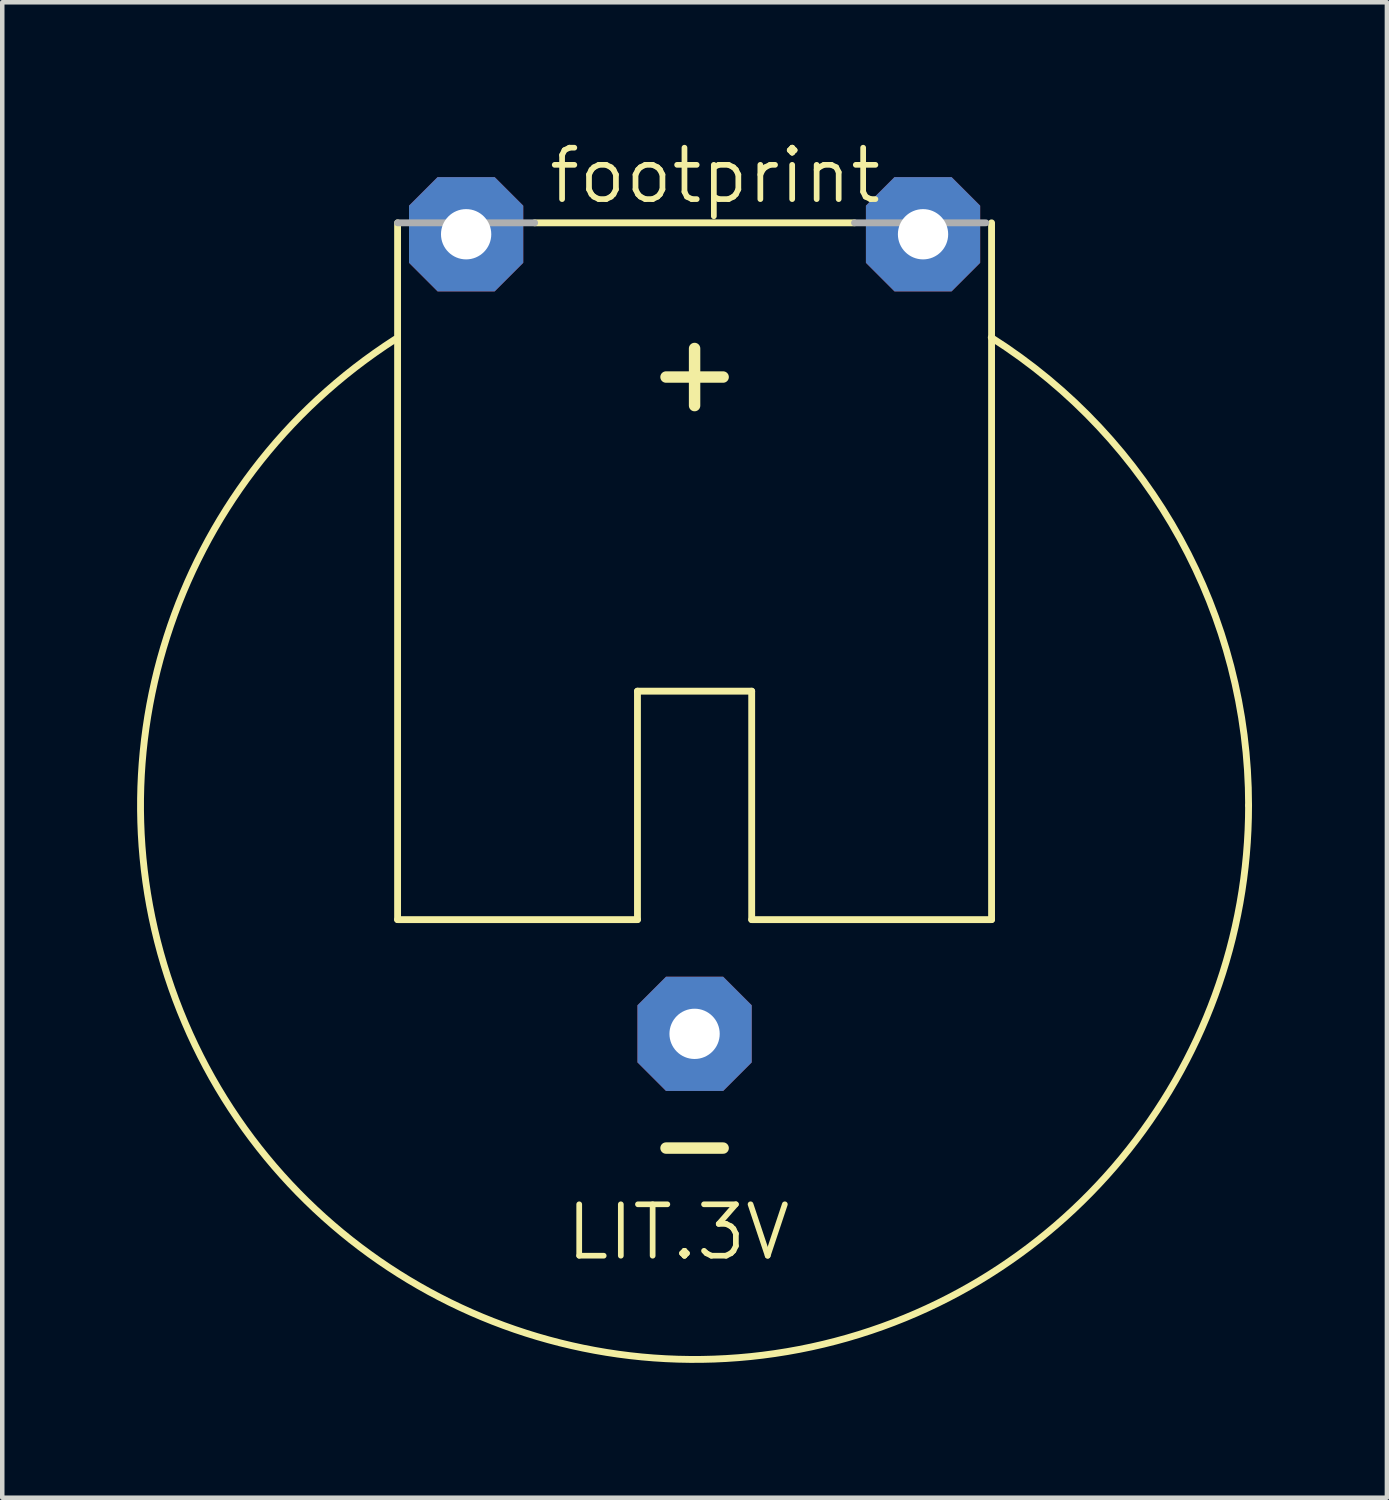
<source format=kicad_pcb>
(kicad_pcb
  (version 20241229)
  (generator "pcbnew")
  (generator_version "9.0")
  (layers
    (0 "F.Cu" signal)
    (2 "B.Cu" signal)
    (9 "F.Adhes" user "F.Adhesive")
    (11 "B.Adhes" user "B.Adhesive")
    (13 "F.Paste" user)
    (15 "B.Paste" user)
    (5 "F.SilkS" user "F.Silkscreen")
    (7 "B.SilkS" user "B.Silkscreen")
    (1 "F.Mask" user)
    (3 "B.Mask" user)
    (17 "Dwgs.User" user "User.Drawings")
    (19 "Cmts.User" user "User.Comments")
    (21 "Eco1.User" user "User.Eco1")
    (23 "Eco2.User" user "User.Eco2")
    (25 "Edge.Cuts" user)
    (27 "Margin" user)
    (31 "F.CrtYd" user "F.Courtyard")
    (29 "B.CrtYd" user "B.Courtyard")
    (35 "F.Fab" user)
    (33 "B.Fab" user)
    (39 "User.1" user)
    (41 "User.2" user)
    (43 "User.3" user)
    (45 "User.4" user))
  (footprint "footprint"
    (layer "F.Cu")
    (at 12.395 14.859)
    (property "Reference" "footprint" (at -3.302 -13.335 0) (layer "F.SilkS") (effects (font (size 1.143 1.143) (thickness 0.127)) (justify left bottom)))
    (fp_line (start -6.604 -12.954) (end -6.604 2.54) (stroke (width 0.152) (type solid)) (layer "F.SilkS"))
    (fp_line (start -6.604 2.54) (end -1.27 2.54) (stroke (width 0.152) (type solid)) (layer "F.SilkS"))
    (fp_line (start -1.27 -2.54) (end -1.27 2.54) (stroke (width 0.152) (type solid)) (layer "F.SilkS"))
    (fp_line (start -1.27 -2.54) (end 1.27 -2.54) (stroke (width 0.152) (type solid)) (layer "F.SilkS"))
    (fp_line (start -0.635 -9.525) (end 0.635 -9.525) (stroke (width 0.254) (type solid)) (layer "F.SilkS"))
    (fp_line (start -0.635 7.62) (end 0.635 7.62) (stroke (width 0.254) (type solid)) (layer "F.SilkS"))
    (fp_line (start 0 -10.16) (end 0 -8.89) (stroke (width 0.254) (type solid)) (layer "F.SilkS"))
    (fp_line (start 1.27 2.54) (end 1.27 -2.54) (stroke (width 0.152) (type solid)) (layer "F.SilkS"))
    (fp_line (start 1.27 2.54) (end 6.604 2.54) (stroke (width 0.152) (type solid)) (layer "F.SilkS"))
    (fp_line (start 3.556 -12.954) (end -3.556 -12.954) (stroke (width 0.152) (type solid)) (layer "F.SilkS"))
    (fp_line (start 6.604 2.54) (end 6.604 -12.954) (stroke (width 0.152) (type solid)) (layer "F.SilkS"))
    (fp_arc (start 6.5973 -10.4035) (mid 10.794246 -5.936559) (end 12.3191 0) (stroke (width 0.1524) (type solid)) (layer "F.SilkS"))
    (fp_arc (start 12.318999 0) (mid -5.906444 10.810676) (end -6.6551 -10.3666) (stroke (width 0.1524) (type solid)) (layer "F.SilkS"))
    (fp_line (start -3.556 -12.954) (end -6.604 -12.954) (stroke (width 0.152) (type solid)) (layer "F.Fab"))
    (fp_line (start 6.477 -12.954) (end 3.556 -12.954) (stroke (width 0.152) (type solid)) (layer "F.Fab"))
    (fp_text user "LIT.3V" (at -2.921 10.16 0) (layer "F.SilkS") (effects (font (size 1.143 1.143) (thickness 0.127)) (justify left bottom)))
    (pad "+" thru_hole roundrect (at 5.08 -12.7) (size 2.54 2.54) (drill 1.118) (layers "*.Cu" "*.Mask") (roundrect_rratio 0.25) (chamfer_ratio 0.25) (chamfer top_left top_right bottom_left bottom_right))
    (pad "+@1" thru_hole roundrect (at -5.08 -12.7) (size 2.54 2.54) (drill 1.118) (layers "*.Cu" "*.Mask") (roundrect_rratio 0.25) (chamfer_ratio 0.25) (chamfer top_left top_right bottom_left bottom_right))
    (pad "-" thru_hole roundrect (at 0 5.08) (size 2.54 2.54) (drill 1.118) (layers "*.Cu" "*.Mask") (roundrect_rratio 0.25) (chamfer_ratio 0.25) (chamfer top_left top_right bottom_left bottom_right)))
  (gr_rect
    (start -3 -3)
    (end 27.79 30.254)
    (stroke (width 0.1) (type default))
    (fill no)
    (layer "Edge.Cuts")))
</source>
